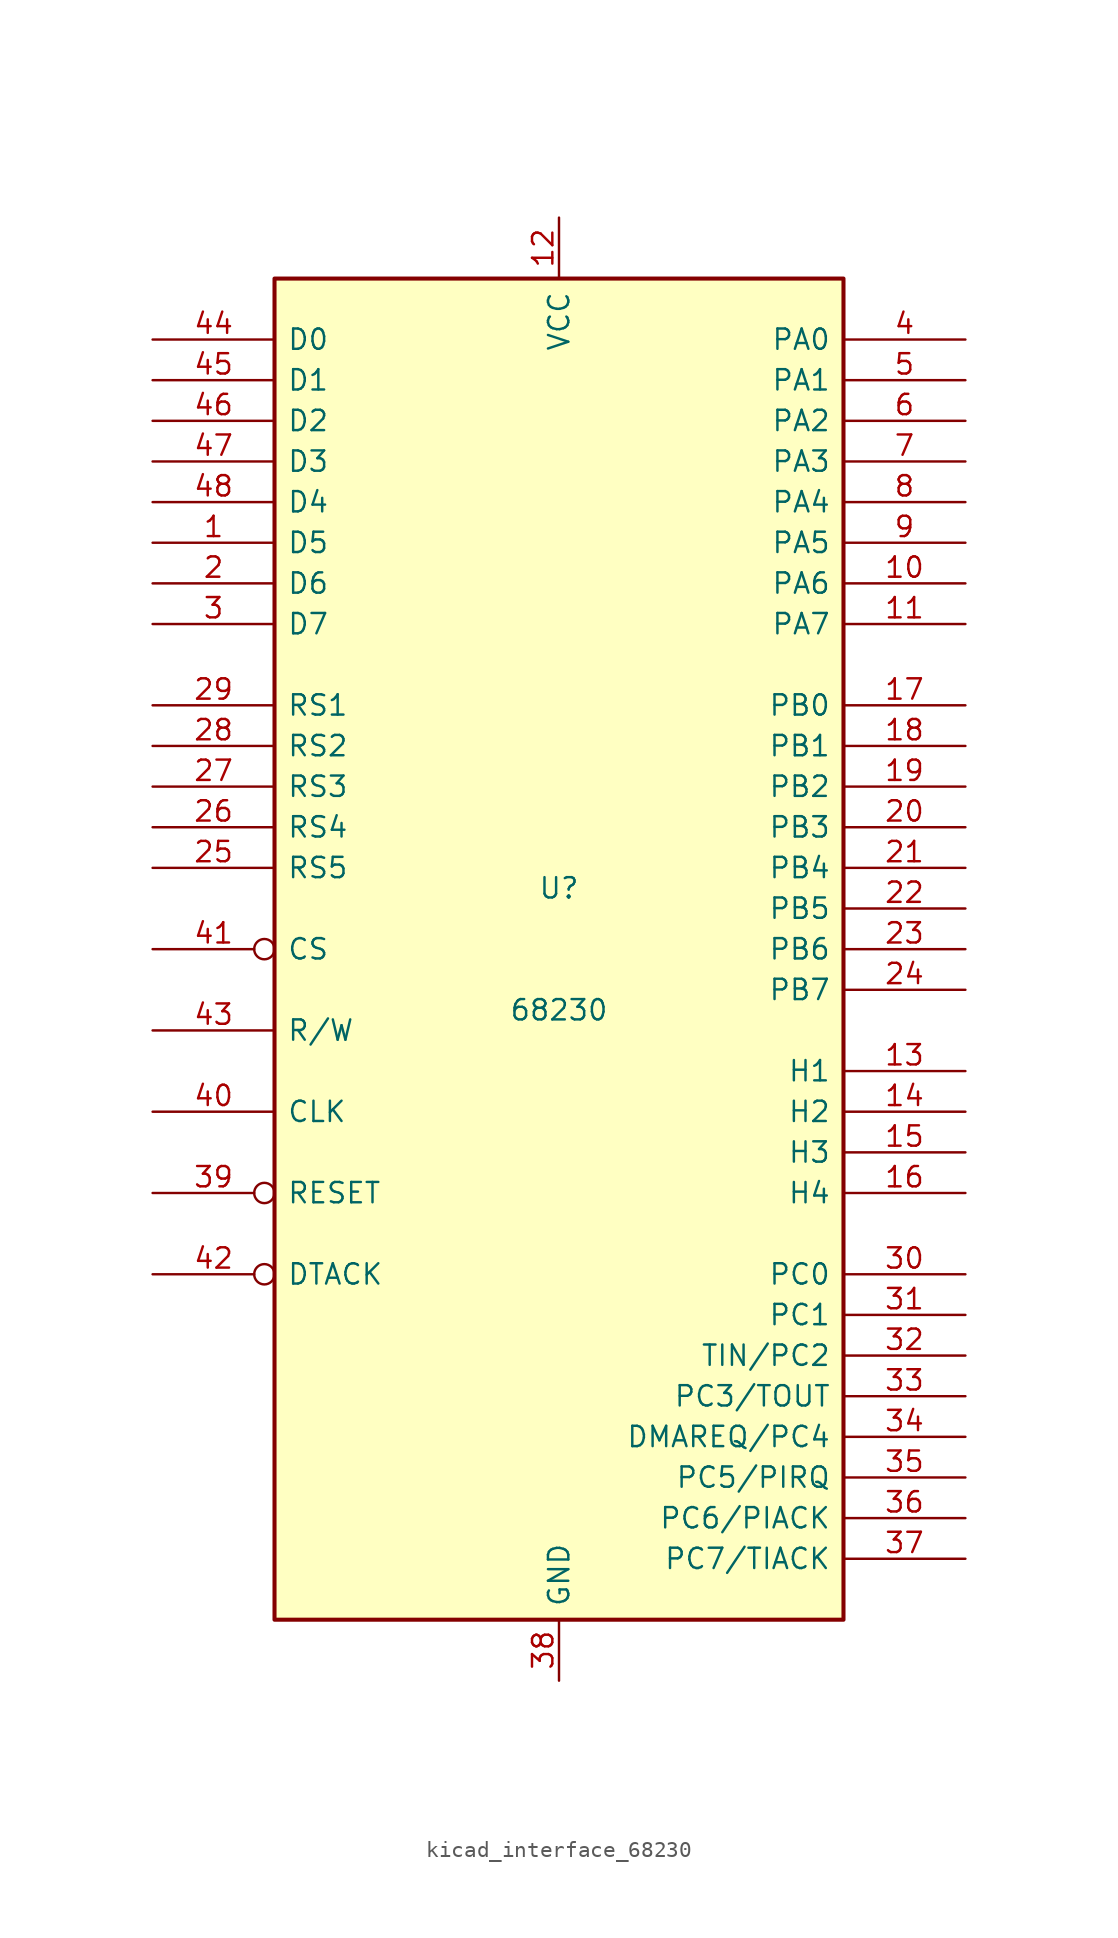
<source format=kicad_sym>
(kicad_symbol_lib
  (version 20220914)
  (generator kicad_symbol_editor)
  (symbol "kicad_interface_68230"
    (pin_names
      (offset 0.762))
    (property "Reference" "U"
      (at 0 3.81 0)
      (effects (font (size 1.27 1.27))))
    (property "Value" "68230"
      (at 0 -3.81 0)
      (effects (font (size 1.27 1.27))))
    (symbol "kicad_interface_68230_0_1"
      (rectangle (start -17.78 41.91) (end 17.78 -41.91) (stroke (width 0.254) (type default)) (fill (type background))))
    (symbol "kicad_interface_68230_1_1"
      (pin tri_state line (at -25.4 25.4 0) (length 7.62) (name "D5" (effects (font (size 1.27 1.27)))) (number "1" (effects (font (size 1.27 1.27)))))
      (pin bidirectional line (at 25.4 22.86 180) (length 7.62) (name "PA6" (effects (font (size 1.27 1.27)))) (number "10" (effects (font (size 1.27 1.27)))))
      (pin bidirectional line (at 25.4 20.32 180) (length 7.62) (name "PA7" (effects (font (size 1.27 1.27)))) (number "11" (effects (font (size 1.27 1.27)))))
      (pin power_in line (at 0 45.72 270) (length 3.81) (name "VCC" (effects (font (size 1.27 1.27)))) (number "12" (effects (font (size 1.27 1.27)))))
      (pin input line (at 25.4 -7.62 180) (length 7.62) (name "H1" (effects (font (size 1.27 1.27)))) (number "13" (effects (font (size 1.27 1.27)))))
      (pin bidirectional line (at 25.4 -10.16 180) (length 7.62) (name "H2" (effects (font (size 1.27 1.27)))) (number "14" (effects (font (size 1.27 1.27)))))
      (pin input line (at 25.4 -12.7 180) (length 7.62) (name "H3" (effects (font (size 1.27 1.27)))) (number "15" (effects (font (size 1.27 1.27)))))
      (pin bidirectional line (at 25.4 -15.24 180) (length 7.62) (name "H4" (effects (font (size 1.27 1.27)))) (number "16" (effects (font (size 1.27 1.27)))))
      (pin bidirectional line (at 25.4 15.24 180) (length 7.62) (name "PB0" (effects (font (size 1.27 1.27)))) (number "17" (effects (font (size 1.27 1.27)))))
      (pin bidirectional line (at 25.4 12.7 180) (length 7.62) (name "PB1" (effects (font (size 1.27 1.27)))) (number "18" (effects (font (size 1.27 1.27)))))
      (pin bidirectional line (at 25.4 10.16 180) (length 7.62) (name "PB2" (effects (font (size 1.27 1.27)))) (number "19" (effects (font (size 1.27 1.27)))))
      (pin tri_state line (at -25.4 22.86 0) (length 7.62) (name "D6" (effects (font (size 1.27 1.27)))) (number "2" (effects (font (size 1.27 1.27)))))
      (pin bidirectional line (at 25.4 7.62 180) (length 7.62) (name "PB3" (effects (font (size 1.27 1.27)))) (number "20" (effects (font (size 1.27 1.27)))))
      (pin bidirectional line (at 25.4 5.08 180) (length 7.62) (name "PB4" (effects (font (size 1.27 1.27)))) (number "21" (effects (font (size 1.27 1.27)))))
      (pin bidirectional line (at 25.4 2.54 180) (length 7.62) (name "PB5" (effects (font (size 1.27 1.27)))) (number "22" (effects (font (size 1.27 1.27)))))
      (pin bidirectional line (at 25.4 0 180) (length 7.62) (name "PB6" (effects (font (size 1.27 1.27)))) (number "23" (effects (font (size 1.27 1.27)))))
      (pin bidirectional line (at 25.4 -2.54 180) (length 7.62) (name "PB7" (effects (font (size 1.27 1.27)))) (number "24" (effects (font (size 1.27 1.27)))))
      (pin input line (at -25.4 5.08 0) (length 7.62) (name "RS5" (effects (font (size 1.27 1.27)))) (number "25" (effects (font (size 1.27 1.27)))))
      (pin input line (at -25.4 7.62 0) (length 7.62) (name "RS4" (effects (font (size 1.27 1.27)))) (number "26" (effects (font (size 1.27 1.27)))))
      (pin input line (at -25.4 10.16 0) (length 7.62) (name "RS3" (effects (font (size 1.27 1.27)))) (number "27" (effects (font (size 1.27 1.27)))))
      (pin input line (at -25.4 12.7 0) (length 7.62) (name "RS2" (effects (font (size 1.27 1.27)))) (number "28" (effects (font (size 1.27 1.27)))))
      (pin input line (at -25.4 15.24 0) (length 7.62) (name "RS1" (effects (font (size 1.27 1.27)))) (number "29" (effects (font (size 1.27 1.27)))))
      (pin tri_state line (at -25.4 20.32 0) (length 7.62) (name "D7" (effects (font (size 1.27 1.27)))) (number "3" (effects (font (size 1.27 1.27)))))
      (pin bidirectional line (at 25.4 -20.32 180) (length 7.62) (name "PC0" (effects (font (size 1.27 1.27)))) (number "30" (effects (font (size 1.27 1.27)))))
      (pin bidirectional line (at 25.4 -22.86 180) (length 7.62) (name "PC1" (effects (font (size 1.27 1.27)))) (number "31" (effects (font (size 1.27 1.27)))))
      (pin bidirectional line (at 25.4 -25.4 180) (length 7.62) (name "TIN/PC2" (effects (font (size 1.27 1.27)))) (number "32" (effects (font (size 1.27 1.27)))))
      (pin bidirectional line (at 25.4 -27.94 180) (length 7.62) (name "PC3/TOUT" (effects (font (size 1.27 1.27)))) (number "33" (effects (font (size 1.27 1.27)))))
      (pin bidirectional line (at 25.4 -30.48 180) (length 7.62) (name "DMAREQ/PC4" (effects (font (size 1.27 1.27)))) (number "34" (effects (font (size 1.27 1.27)))))
      (pin bidirectional line (at 25.4 -33.02 180) (length 7.62) (name "PC5/PIRQ" (effects (font (size 1.27 1.27)))) (number "35" (effects (font (size 1.27 1.27)))))
      (pin bidirectional line (at 25.4 -35.56 180) (length 7.62) (name "PC6/PIACK" (effects (font (size 1.27 1.27)))) (number "36" (effects (font (size 1.27 1.27)))))
      (pin bidirectional line (at 25.4 -38.1 180) (length 7.62) (name "PC7/TIACK" (effects (font (size 1.27 1.27)))) (number "37" (effects (font (size 1.27 1.27)))))
      (pin power_in line (at 0 -45.72 90) (length 3.81) (name "GND" (effects (font (size 1.27 1.27)))) (number "38" (effects (font (size 1.27 1.27)))))
      (pin input inverted (at -25.4 -15.24 0) (length 7.62) (name "RESET" (effects (font (size 1.27 1.27)))) (number "39" (effects (font (size 1.27 1.27)))))
      (pin bidirectional line (at 25.4 38.1 180) (length 7.62) (name "PA0" (effects (font (size 1.27 1.27)))) (number "4" (effects (font (size 1.27 1.27)))))
      (pin input line (at -25.4 -10.16 0) (length 7.62) (name "CLK" (effects (font (size 1.27 1.27)))) (number "40" (effects (font (size 1.27 1.27)))))
      (pin input inverted (at -25.4 0 0) (length 7.62) (name "CS" (effects (font (size 1.27 1.27)))) (number "41" (effects (font (size 1.27 1.27)))))
      (pin open_collector inverted (at -25.4 -20.32 0) (length 7.62) (name "DTACK" (effects (font (size 1.27 1.27)))) (number "42" (effects (font (size 1.27 1.27)))))
      (pin input line (at -25.4 -5.08 0) (length 7.62) (name "R/W" (effects (font (size 1.27 1.27)))) (number "43" (effects (font (size 1.27 1.27)))))
      (pin tri_state line (at -25.4 38.1 0) (length 7.62) (name "D0" (effects (font (size 1.27 1.27)))) (number "44" (effects (font (size 1.27 1.27)))))
      (pin tri_state line (at -25.4 35.56 0) (length 7.62) (name "D1" (effects (font (size 1.27 1.27)))) (number "45" (effects (font (size 1.27 1.27)))))
      (pin tri_state line (at -25.4 33.02 0) (length 7.62) (name "D2" (effects (font (size 1.27 1.27)))) (number "46" (effects (font (size 1.27 1.27)))))
      (pin tri_state line (at -25.4 30.48 0) (length 7.62) (name "D3" (effects (font (size 1.27 1.27)))) (number "47" (effects (font (size 1.27 1.27)))))
      (pin tri_state line (at -25.4 27.94 0) (length 7.62) (name "D4" (effects (font (size 1.27 1.27)))) (number "48" (effects (font (size 1.27 1.27)))))
      (pin bidirectional line (at 25.4 35.56 180) (length 7.62) (name "PA1" (effects (font (size 1.27 1.27)))) (number "5" (effects (font (size 1.27 1.27)))))
      (pin bidirectional line (at 25.4 33.02 180) (length 7.62) (name "PA2" (effects (font (size 1.27 1.27)))) (number "6" (effects (font (size 1.27 1.27)))))
      (pin bidirectional line (at 25.4 30.48 180) (length 7.62) (name "PA3" (effects (font (size 1.27 1.27)))) (number "7" (effects (font (size 1.27 1.27)))))
      (pin bidirectional line (at 25.4 27.94 180) (length 7.62) (name "PA4" (effects (font (size 1.27 1.27)))) (number "8" (effects (font (size 1.27 1.27)))))
      (pin bidirectional line (at 25.4 25.4 180) (length 7.62) (name "PA5" (effects (font (size 1.27 1.27)))) (number "9" (effects (font (size 1.27 1.27))))))))
</source>
